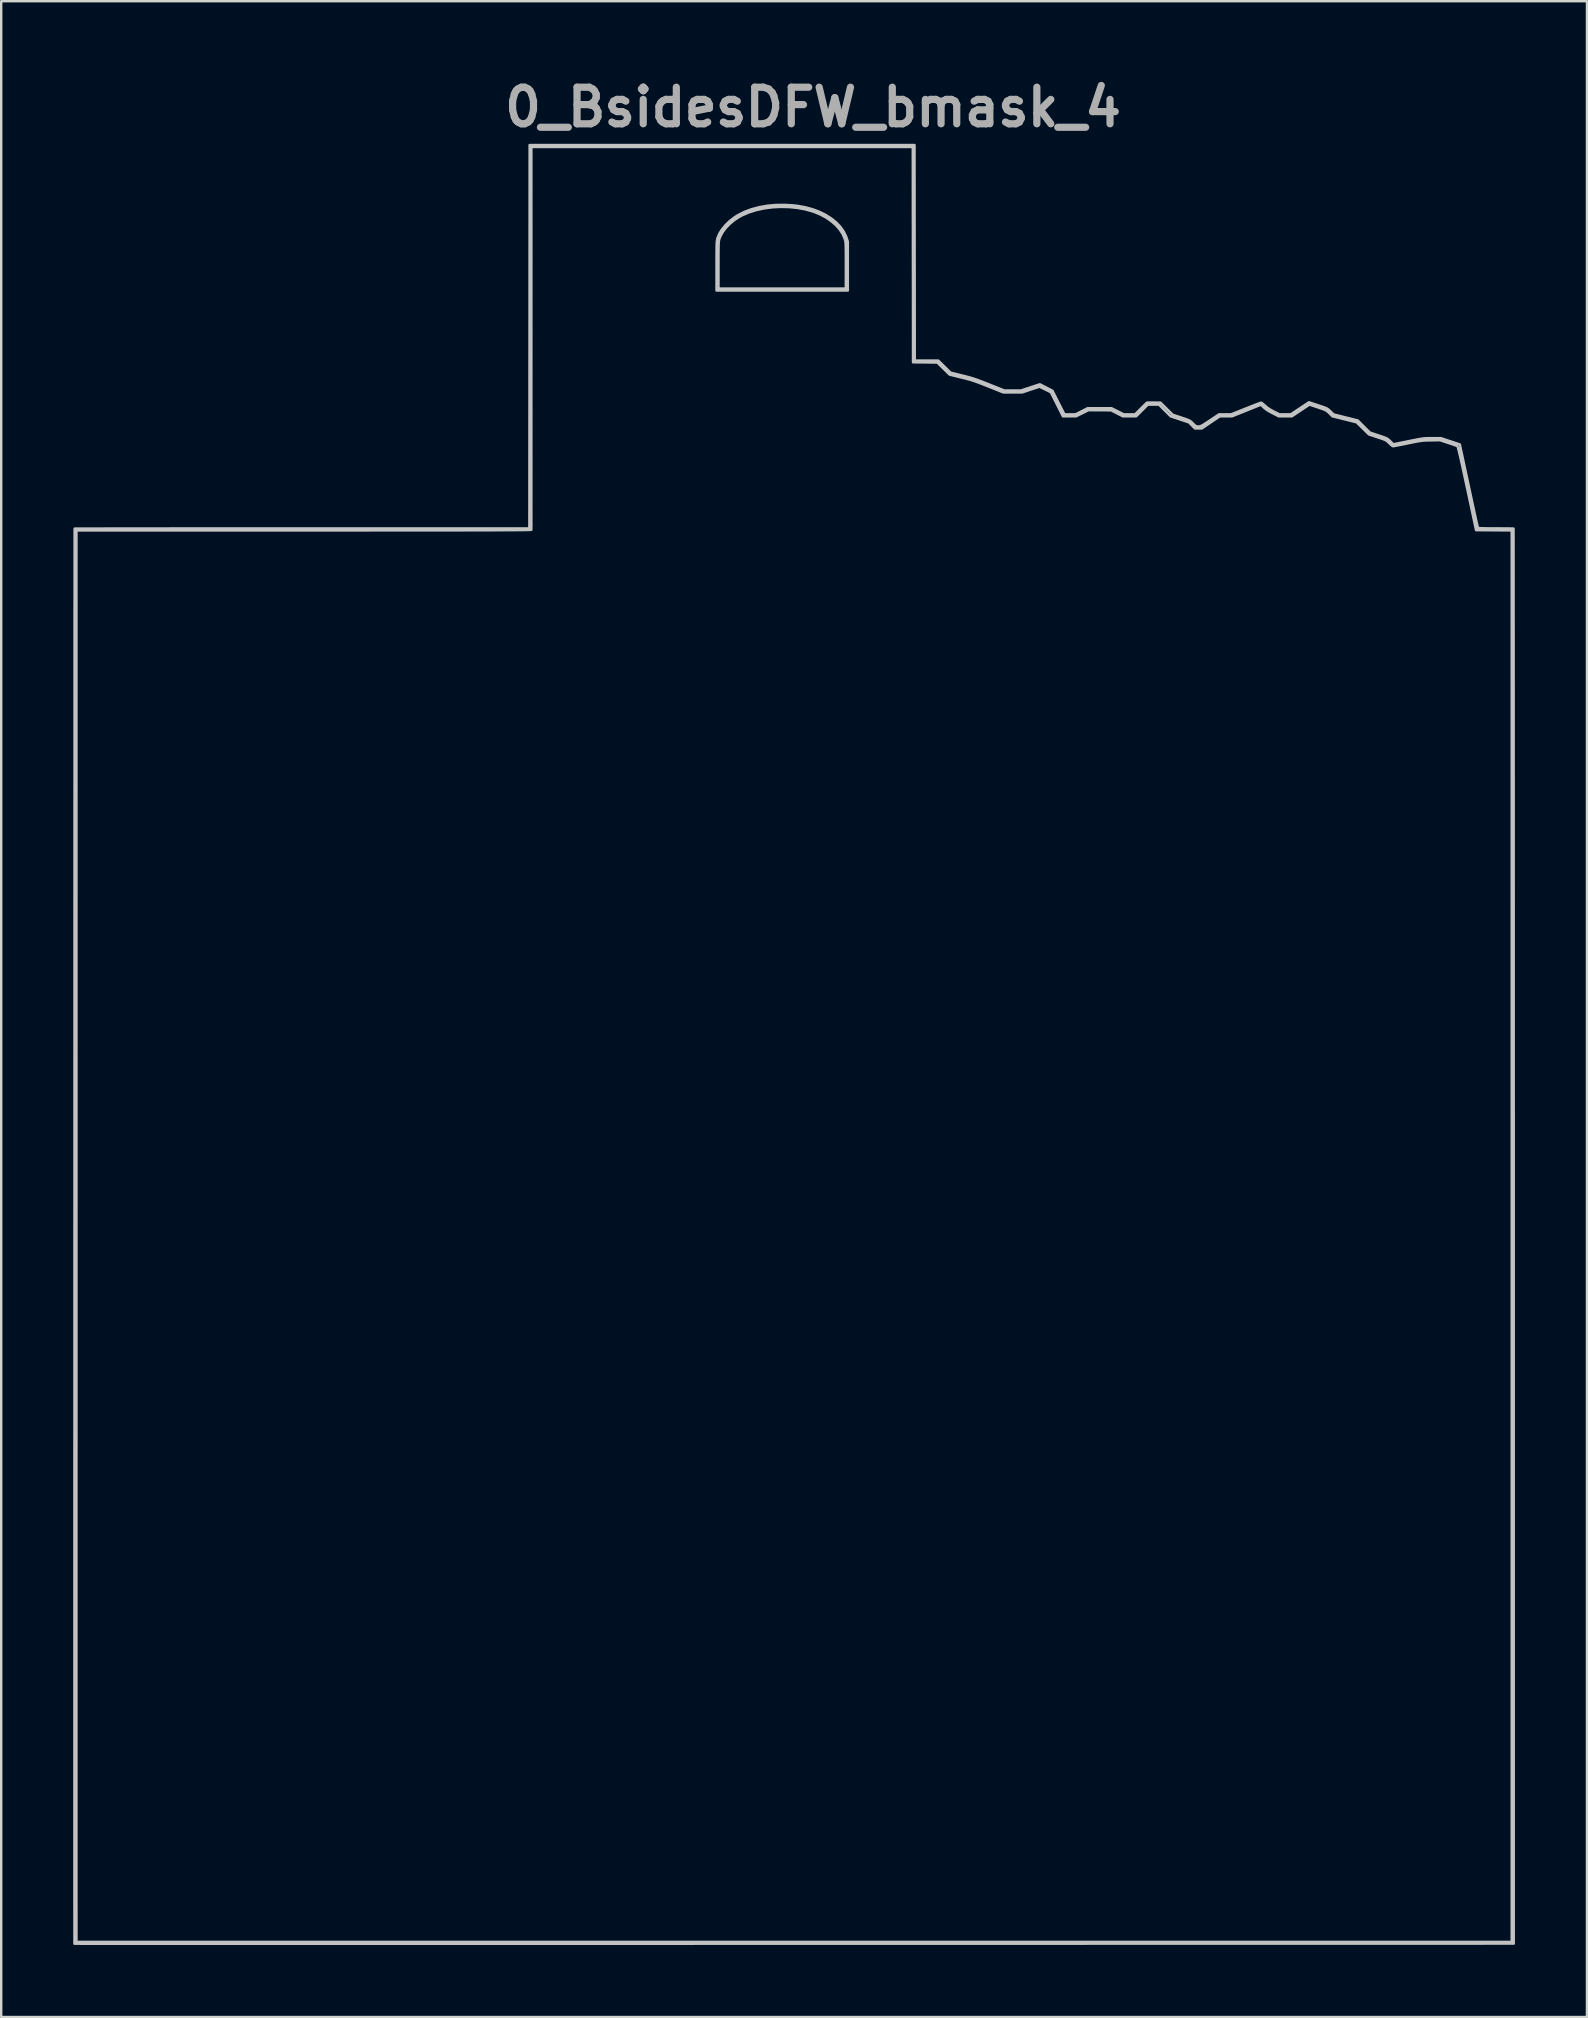
<source format=kicad_pcb>
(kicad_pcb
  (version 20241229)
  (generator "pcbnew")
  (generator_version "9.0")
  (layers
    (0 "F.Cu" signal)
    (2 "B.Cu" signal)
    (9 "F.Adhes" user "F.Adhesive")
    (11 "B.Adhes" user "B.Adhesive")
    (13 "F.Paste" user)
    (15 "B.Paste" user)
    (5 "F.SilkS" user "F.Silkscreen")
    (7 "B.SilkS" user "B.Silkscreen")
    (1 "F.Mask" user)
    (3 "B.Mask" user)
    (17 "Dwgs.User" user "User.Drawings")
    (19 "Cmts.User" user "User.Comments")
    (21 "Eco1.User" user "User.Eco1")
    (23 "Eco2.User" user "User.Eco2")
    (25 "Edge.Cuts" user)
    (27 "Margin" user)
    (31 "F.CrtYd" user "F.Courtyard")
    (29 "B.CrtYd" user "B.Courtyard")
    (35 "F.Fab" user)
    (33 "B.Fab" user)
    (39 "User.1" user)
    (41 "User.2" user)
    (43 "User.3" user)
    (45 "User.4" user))
  (footprint "0_BsidesDFW_bmask_4"
    (layer "F.Cu")
    (at 30.037 40.458)
    (property "Reference" "0_BsidesDFW_bmask_4" (at 0.79 -39.04 0) (layer "F.Fab") (effects (font (size 1.524 1.524) (thickness 0.3))))
    (attr board_only exclude_from_pos_files exclude_from_bom)
    (fp_poly (pts (xy 13.683 -22.88) (xy 13.783 -22.879) (xy 13.851 -22.876) (xy 13.882 -22.871) (xy 13.883 -22.87) (xy 13.88 -22.844) (xy 13.872 -22.783) (xy 13.858 -22.696) (xy 13.842 -22.589) (xy 13.83 -22.514) (xy 13.815 -22.416) (xy 13.794 -22.284) (xy 13.769 -22.123) (xy 13.74 -21.942) (xy 13.709 -21.747) (xy 13.677 -21.545) (xy 13.646 -21.343) (xy 13.642 -21.322) (xy 13.613 -21.137) (xy 13.587 -20.966) (xy 13.563 -20.812) (xy 13.543 -20.681) (xy 13.528 -20.576) (xy 13.518 -20.502) (xy 13.513 -20.464) (xy 13.513 -20.46) (xy 13.534 -20.461) (xy 13.592 -20.467) (xy 13.681 -20.478) (xy 13.795 -20.492) (xy 13.929 -20.51) (xy 14.076 -20.53) (xy 14.259 -20.555) (xy 14.404 -20.575) (xy 14.516 -20.59) (xy 14.6 -20.602) (xy 14.659 -20.611) (xy 14.698 -20.617) (xy 14.722 -20.622) (xy 14.735 -20.626) (xy 14.741 -20.63) (xy 14.742 -20.631) (xy 14.753 -20.651) (xy 14.78 -20.705) (xy 14.822 -20.791) (xy 14.877 -20.904) (xy 14.943 -21.041) (xy 15.019 -21.197) (xy 15.103 -21.371) (xy 15.193 -21.558) (xy 15.228 -21.63) (xy 15.32 -21.821) (xy 15.406 -21.999) (xy 15.485 -22.162) (xy 15.554 -22.306) (xy 15.613 -22.428) (xy 15.659 -22.524) (xy 15.691 -22.59) (xy 15.708 -22.623) (xy 15.709 -22.626) (xy 15.716 -22.617) (xy 15.734 -22.587) (xy 15.764 -22.535) (xy 15.808 -22.459) (xy 15.866 -22.357) (xy 15.939 -22.229) (xy 16.029 -22.071) (xy 16.135 -21.883) (xy 16.259 -21.663) (xy 16.402 -21.41) (xy 16.565 -21.122) (xy 16.582 -21.092) (xy 16.669 -20.938) (xy 16.74 -20.818) (xy 16.795 -20.73) (xy 16.837 -20.67) (xy 16.868 -20.634) (xy 16.888 -20.621) (xy 16.919 -20.615) (xy 16.987 -20.605) (xy 17.088 -20.591) (xy 17.217 -20.574) (xy 17.37 -20.554) (xy 17.542 -20.533) (xy 17.728 -20.509) (xy 17.841 -20.495) (xy 18.745 -20.384) (xy 19.037 -19.928) (xy 19.116 -19.804) (xy 19.189 -19.69) (xy 19.251 -19.592) (xy 19.3 -19.516) (xy 19.331 -19.466) (xy 19.343 -19.447) (xy 19.332 -19.426) (xy 19.293 -19.376) (xy 19.228 -19.3) (xy 19.139 -19.199) (xy 19.026 -19.076) (xy 18.892 -18.932) (xy 18.754 -18.785) (xy 18.588 -18.609) (xy 18.45 -18.462) (xy 18.341 -18.342) (xy 18.258 -18.248) (xy 18.201 -18.18) (xy 18.169 -18.135) (xy 18.161 -18.113) (xy 18.161 -18.113) (xy 18.168 -18.081) (xy 18.18 -18.015) (xy 18.195 -17.923) (xy 18.213 -17.813) (xy 18.225 -17.74) (xy 18.242 -17.634) (xy 18.264 -17.495) (xy 18.29 -17.33) (xy 18.319 -17.148) (xy 18.35 -16.958) (xy 18.381 -16.768) (xy 18.395 -16.683) (xy 18.435 -16.435) (xy 18.469 -16.225) (xy 18.497 -16.05) (xy 18.52 -15.907) (xy 18.538 -15.792) (xy 18.552 -15.703) (xy 18.561 -15.636) (xy 18.568 -15.588) (xy 18.571 -15.556) (xy 18.573 -15.536) (xy 18.572 -15.525) (xy 18.57 -15.52) (xy 18.569 -15.519) (xy 18.549 -15.526) (xy 18.494 -15.55) (xy 18.407 -15.59) (xy 18.293 -15.645) (xy 18.154 -15.711) (xy 17.994 -15.789) (xy 17.816 -15.876) (xy 17.623 -15.97) (xy 17.418 -16.071) (xy 17.407 -16.076) (xy 16.257 -16.645) (xy 16.132 -16.582) (xy 16.092 -16.562) (xy 16.019 -16.524) (xy 15.918 -16.472) (xy 15.791 -16.406) (xy 15.645 -16.33) (xy 15.483 -16.245) (xy 15.309 -16.154) (xy 15.127 -16.06) (xy 14.943 -15.964) (xy 14.76 -15.868) (xy 14.582 -15.775) (xy 14.414 -15.687) (xy 14.261 -15.607) (xy 14.126 -15.536) (xy 14.014 -15.477) (xy 13.936 -15.436) (xy 13.872 -15.403) (xy 13.778 -15.353) (xy 13.659 -15.291) (xy 13.524 -15.22) (xy 13.378 -15.144) (xy 13.23 -15.067) (xy 13.228 -15.066) (xy 13.084 -14.991) (xy 12.947 -14.919) (xy 12.822 -14.854) (xy 12.717 -14.799) (xy 12.637 -14.756) (xy 12.588 -14.73) (xy 12.585 -14.729) (xy 12.48 -14.673) (xy 12.019 -12.828) (xy 11.951 -12.556) (xy 11.886 -12.297) (xy 11.826 -12.052) (xy 11.769 -11.826) (xy 11.718 -11.619) (xy 11.673 -11.437) (xy 11.635 -11.28) (xy 11.604 -11.153) (xy 11.582 -11.058) (xy 11.568 -10.999) (xy 11.563 -10.977) (xy 11.563 -10.977) (xy 11.586 -10.976) (xy 11.647 -10.974) (xy 11.747 -10.973) (xy 11.881 -10.972) (xy 12.048 -10.971) (xy 12.246 -10.97) (xy 12.471 -10.969) (xy 12.722 -10.968) (xy 12.995 -10.968) (xy 13.29 -10.967) (xy 13.602 -10.966) (xy 13.931 -10.966) (xy 14.273 -10.965) (xy 14.626 -10.965) (xy 14.987 -10.965) (xy 15.355 -10.964) (xy 15.726 -10.964) (xy 16.099 -10.964) (xy 16.472 -10.964) (xy 16.84 -10.964) (xy 17.203 -10.964) (xy 17.558 -10.964) (xy 17.902 -10.964) (xy 18.233 -10.965) (xy 18.549 -10.965) (xy 18.847 -10.966) (xy 19.124 -10.966) (xy 19.38 -10.967) (xy 19.61 -10.968) (xy 19.813 -10.969) (xy 19.985 -10.97) (xy 20.126 -10.971) (xy 20.232 -10.972) (xy 20.302 -10.973) (xy 20.307 -10.973) (xy 20.49 -10.979) (xy 20.702 -10.985) (xy 20.93 -10.991) (xy 21.161 -10.998) (xy 21.382 -11.005) (xy 21.554 -11.01) (xy 21.744 -11.016) (xy 21.944 -11.022) (xy 22.144 -11.027) (xy 22.333 -11.033) (xy 22.501 -11.038) (xy 22.637 -11.041) (xy 22.642 -11.041) (xy 22.794 -11.046) (xy 22.951 -11.05) (xy 23.101 -11.055) (xy 23.232 -11.059) (xy 23.319 -11.062) (xy 23.411 -11.065) (xy 23.537 -11.069) (xy 23.686 -11.074) (xy 23.851 -11.078) (xy 24.02 -11.082) (xy 24.143 -11.086) (xy 24.298 -11.089) (xy 24.442 -11.093) (xy 24.57 -11.097) (xy 24.675 -11.1) (xy 24.75 -11.102) (xy 24.787 -11.104) (xy 24.812 -11.104) (xy 24.851 -11.099) (xy 24.908 -11.091) (xy 24.984 -11.078) (xy 25.084 -11.06) (xy 25.208 -11.036) (xy 25.36 -11.006) (xy 25.543 -10.969) (xy 25.758 -10.925) (xy 26.009 -10.874) (xy 26.298 -10.814) (xy 26.393 -10.795) (xy 26.805 -10.71) (xy 27.069 -10.559) (xy 27.257 -10.451) (xy 27.413 -10.362) (xy 27.541 -10.288) (xy 27.645 -10.226) (xy 27.731 -10.173) (xy 27.803 -10.126) (xy 27.865 -10.082) (xy 27.922 -10.038) (xy 27.978 -9.991) (xy 28.037 -9.938) (xy 28.105 -9.876) (xy 28.146 -9.838) (xy 28.443 -9.565) (xy 28.443 -9.141) (xy 28.444 -8.977) (xy 28.445 -8.795) (xy 28.448 -8.612) (xy 28.451 -8.444) (xy 28.453 -8.347) (xy 28.455 -8.26) (xy 28.457 -8.136) (xy 28.459 -7.979) (xy 28.461 -7.795) (xy 28.464 -7.587) (xy 28.466 -7.361) (xy 28.469 -7.121) (xy 28.472 -6.873) (xy 28.474 -6.621) (xy 28.474 -6.572) (xy 28.477 -6.32) (xy 28.479 -6.072) (xy 28.482 -5.833) (xy 28.484 -5.606) (xy 28.487 -5.397) (xy 28.489 -5.21) (xy 28.491 -5.051) (xy 28.493 -4.923) (xy 28.495 -4.832) (xy 28.496 -4.818) (xy 28.498 -4.716) (xy 28.5 -4.58) (xy 28.502 -4.415) (xy 28.503 -4.23) (xy 28.505 -4.032) (xy 28.506 -3.827) (xy 28.507 -3.624) (xy 28.507 -3.613) (xy 28.509 -2.758) (xy 28.27 -2.111) (xy 28.031 -1.464) (xy 27.401 -0.774) (xy 27.268 -0.63) (xy 27.144 -0.495) (xy 27.03 -0.372) (xy 26.93 -0.265) (xy 26.847 -0.178) (xy 26.784 -0.113) (xy 26.744 -0.074) (xy 26.732 -0.064) (xy 26.706 -0.053) (xy 26.643 -0.03) (xy 26.548 0.006) (xy 26.423 0.052) (xy 26.271 0.107) (xy 26.097 0.17) (xy 25.903 0.24) (xy 25.694 0.315) (xy 25.471 0.395) (xy 25.367 0.433) (xy 24.041 0.909) (xy 1.893 0.907) (xy 0.693 0.906) (xy -0.465 0.906) (xy -1.582 0.906) (xy -2.66 0.906) (xy -3.697 0.906) (xy -4.696 0.906) (xy -5.656 0.905) (xy -6.579 0.905) (xy -7.465 0.905) (xy -8.315 0.905) (xy -9.129 0.904) (xy -9.908 0.904) (xy -10.652 0.904) (xy -11.364 0.903) (xy -12.042 0.903) (xy -12.688 0.903) (xy -13.302 0.902) (xy -13.886 0.902) (xy -14.439 0.901) (xy -14.963 0.901) (xy -15.457 0.9) (xy -15.924 0.899) (xy -16.362 0.899) (xy -16.774 0.898) (xy -17.16 0.898) (xy -17.52 0.897) (xy -17.855 0.896) (xy -18.166 0.895) (xy -18.453 0.895) (xy -18.717 0.894) (xy -18.959 0.893) (xy -19.18 0.892) (xy -19.379 0.891) (xy -19.558 0.89) (xy -19.718 0.889) (xy -19.858 0.888) (xy -19.981 0.887) (xy -20.085 0.885) (xy -20.173 0.884) (xy -20.245 0.883) (xy -20.301 0.882) (xy -20.342 0.88) (xy -20.368 0.879) (xy -20.381 0.877) (xy -20.432 0.867) (xy -20.518 0.85) (xy -20.634 0.827) (xy -20.775 0.799) (xy -20.933 0.768) (xy -21.104 0.734) (xy -21.244 0.707) (xy -21.979 0.563) (xy -22.786 0.09) (xy -22.959 -0.012) (xy -23.124 -0.109) (xy -23.278 -0.199) (xy -23.415 -0.279) (xy -23.532 -0.348) (xy -23.624 -0.401) (xy -23.686 -0.438) (xy -23.708 -0.451) (xy -23.735 -0.471) (xy -23.778 -0.507) (xy -23.838 -0.562) (xy -23.914 -0.635) (xy -24.01 -0.729) (xy -24.126 -0.844) (xy -24.263 -0.982) (xy -24.422 -1.144) (xy -24.605 -1.332) (xy -24.813 -1.546) (xy -25.048 -1.788) (xy -25.31 -2.058) (xy -25.388 -2.139) (xy -26.953 -3.76) (xy -27.117 -4.104) (xy -27.179 -4.235) (xy -27.254 -4.392) (xy -27.334 -4.56) (xy -27.414 -4.726) (xy -27.484 -4.871) (xy -27.55 -5.008) (xy -27.616 -5.146) (xy -27.678 -5.276) (xy -27.731 -5.387) (xy -27.771 -5.471) (xy -27.777 -5.484) (xy -27.807 -5.546) (xy -27.852 -5.641) (xy -27.91 -5.763) (xy -27.978 -5.907) (xy -28.055 -6.066) (xy -28.136 -6.235) (xy -28.219 -6.41) (xy -28.226 -6.424) (xy -28.317 -6.616) (xy -28.392 -6.774) (xy -28.453 -6.904) (xy -28.5 -7.009) (xy -28.537 -7.095) (xy -28.564 -7.165) (xy -28.584 -7.224) (xy -28.599 -7.277) (xy -28.611 -7.328) (xy -28.619 -7.375) (xy -28.679 -7.72) (xy -28.732 -8.026) (xy -28.779 -8.295) (xy -28.819 -8.529) (xy -28.854 -8.732) (xy -28.884 -8.905) (xy -28.909 -9.05) (xy -28.929 -9.171) (xy -28.945 -9.27) (xy -28.958 -9.348) (xy -28.968 -9.409) (xy -28.975 -9.455) (xy -28.979 -9.488) (xy -28.981 -9.51) (xy -28.982 -9.524) (xy -28.982 -9.533) (xy -28.98 -9.539) (xy -28.98 -9.54) (xy -28.974 -9.565) (xy -28.962 -9.627) (xy -28.944 -9.721) (xy -28.921 -9.842) (xy -28.895 -9.985) (xy -28.865 -10.146) (xy -28.834 -10.312) (xy -28.771 -10.653) (xy -28.716 -10.955) (xy -28.667 -11.221) (xy -28.623 -11.455) (xy -28.586 -11.66) (xy -28.553 -11.838) (xy -28.524 -11.993) (xy -28.5 -12.127) (xy -28.478 -12.244) (xy -28.459 -12.346) (xy -28.442 -12.437) (xy -28.427 -12.52) (xy -28.412 -12.597) (xy -28.398 -12.673) (xy -28.389 -12.721) (xy -28.37 -12.826) (xy -28.343 -12.971) (xy -28.309 -13.153) (xy -28.269 -13.372) (xy -28.222 -13.624) (xy -28.169 -13.909) (xy -28.111 -14.224) (xy -28.048 -14.568) (xy -27.98 -14.938) (xy -27.907 -15.332) (xy -27.83 -15.75) (xy -27.749 -16.188) (xy -27.693 -16.493) (xy -27.66 -16.672) (xy -27.621 -16.885) (xy -27.577 -17.123) (xy -27.53 -17.378) (xy -27.481 -17.642) (xy -27.433 -17.907) (xy -27.385 -18.164) (xy -27.347 -18.374) (xy -27.141 -19.494) (xy -21.607 -19.494) (xy -20.941 -19.355) (xy -20.276 -19.217) (xy -19.783 -18.962) (xy -19.29 -18.707) (xy -18.955 -18.387) (xy -18.62 -18.067) (xy -16.858 -18.067) (xy -16.676 -18.211) (xy -16.508 -18.343) (xy -16.365 -18.452) (xy -16.238 -18.546) (xy -16.12 -18.629) (xy -16 -18.706) (xy -15.873 -18.784) (xy -15.728 -18.868) (xy -15.559 -18.962) (xy -15.464 -19.015) (xy -14.879 -19.336) (xy -13.953 -19.651) (xy -13.028 -19.966) (xy -12.341 -20.054) (xy -12.111 -20.083) (xy -11.917 -20.109) (xy -11.754 -20.129) (xy -11.615 -20.146) (xy -11.494 -20.158) (xy -11.386 -20.166) (xy -11.285 -20.17) (xy -11.185 -20.171) (xy -11.079 -20.168) (xy -10.963 -20.161) (xy -10.83 -20.151) (xy -10.674 -20.138) (xy -10.489 -20.122) (xy -10.27 -20.103) (xy -10.249 -20.101) (xy -9.245 -20.014) (xy -8.478 -19.78) (xy -7.712 -19.547) (xy -4.689 -19.547) (xy -4.7 -20.144) (xy -4.703 -20.295) (xy -4.706 -20.481) (xy -4.71 -20.692) (xy -4.713 -20.922) (xy -4.717 -21.162) (xy -4.72 -21.404) (xy -4.723 -21.64) (xy -4.725 -21.75) (xy -4.737 -22.759) (xy -4.191 -22.759) (xy -4.118 -22.759) (xy -4.005 -22.759) (xy -3.854 -22.76) (xy -3.667 -22.761) (xy -3.448 -22.762) (xy -3.197 -22.764) (xy -2.918 -22.765) (xy -2.612 -22.767) (xy -2.282 -22.769) (xy -1.931 -22.771) (xy -1.56 -22.774) (xy -1.171 -22.776) (xy -0.768 -22.779) (xy -0.351 -22.781) (xy 0.076 -22.784) (xy 0.511 -22.787) (xy 0.952 -22.79) (xy 1.397 -22.793) (xy 1.843 -22.796) (xy 2.288 -22.799) (xy 2.731 -22.802) (xy 3.168 -22.805) (xy 3.597 -22.808) (xy 4.017 -22.811) (xy 4.424 -22.814) (xy 4.817 -22.816) (xy 5.193 -22.819) (xy 5.551 -22.822) (xy 5.887 -22.824) (xy 6.199 -22.827) (xy 6.486 -22.829) (xy 6.745 -22.831) (xy 6.815 -22.831) (xy 7.053 -22.833) (xy 7.328 -22.835) (xy 7.633 -22.837) (xy 7.963 -22.839) (xy 8.312 -22.842) (xy 8.673 -22.844) (xy 9.041 -22.846) (xy 9.41 -22.848) (xy 9.774 -22.85) (xy 10.127 -22.852) (xy 10.418 -22.854) (xy 10.733 -22.855) (xy 11.048 -22.857) (xy 11.359 -22.859) (xy 11.661 -22.861) (xy 11.95 -22.863) (xy 12.223 -22.866) (xy 12.475 -22.868) (xy 12.703 -22.87) (xy 12.901 -22.872) (xy 13.067 -22.874) (xy 13.196 -22.876) (xy 13.234 -22.877) (xy 13.404 -22.879) (xy 13.555 -22.88)) (stroke (width 0) (type solid)) (fill yes) (layer "B.Mask"))
    (fp_poly (pts (xy -0.003 -34.949) (xy 0.158 -34.929) (xy 0.476 -34.871) (xy 0.778 -34.788) (xy 1.059 -34.682) (xy 1.318 -34.554) (xy 1.551 -34.406) (xy 1.755 -34.241) (xy 1.927 -34.06) (xy 2.065 -33.866) (xy 2.166 -33.66) (xy 2.184 -33.609) (xy 2.24 -33.44) (xy 2.24 -31.401) (xy -3.233 -31.401) (xy -3.233 -31.486) (xy -3.149 -31.486) (xy 2.155 -31.486) (xy 2.155 -32.447) (xy 2.155 -32.673) (xy 2.155 -32.862) (xy 2.154 -33.017) (xy 2.153 -33.142) (xy 2.151 -33.242) (xy 2.148 -33.32) (xy 2.144 -33.382) (xy 2.139 -33.431) (xy 2.132 -33.471) (xy 2.123 -33.507) (xy 2.112 -33.543) (xy 2.106 -33.562) (xy 2.023 -33.757) (xy 1.901 -33.946) (xy 1.744 -34.124) (xy 1.555 -34.289) (xy 1.339 -34.439) (xy 1.097 -34.569) (xy 0.835 -34.677) (xy 0.797 -34.69) (xy 0.476 -34.781) (xy 0.139 -34.844) (xy -0.208 -34.879) (xy -0.558 -34.887) (xy -0.907 -34.869) (xy -1.248 -34.824) (xy -1.575 -34.753) (xy -1.882 -34.657) (xy -2.164 -34.536) (xy -2.301 -34.462) (xy -2.503 -34.327) (xy -2.687 -34.173) (xy -2.846 -34.006) (xy -2.977 -33.832) (xy -3.073 -33.655) (xy -3.104 -33.574) (xy -3.115 -33.542) (xy -3.123 -33.509) (xy -3.13 -33.472) (xy -3.136 -33.427) (xy -3.14 -33.369) (xy -3.143 -33.294) (xy -3.146 -33.199) (xy -3.147 -33.078) (xy -3.148 -32.929) (xy -3.148 -32.747) (xy -3.149 -32.527) (xy -3.149 -32.464) (xy -3.149 -31.486) (xy -3.233 -31.486) (xy -3.233 -32.431) (xy -3.233 -32.667) (xy -3.232 -32.864) (xy -3.232 -33.027) (xy -3.231 -33.16) (xy -3.229 -33.267) (xy -3.226 -33.351) (xy -3.222 -33.417) (xy -3.217 -33.469) (xy -3.211 -33.511) (xy -3.204 -33.546) (xy -3.194 -33.58) (xy -3.185 -33.61) (xy -3.11 -33.783) (xy -2.999 -33.959) (xy -2.855 -34.131) (xy -2.686 -34.295) (xy -2.494 -34.445) (xy -2.35 -34.538) (xy -2.081 -34.676) (xy -1.781 -34.789) (xy -1.457 -34.876) (xy -1.112 -34.937) (xy -0.752 -34.969) (xy -0.381 -34.973)) (stroke (width 0.1) (type solid)) (fill no) (layer "Dwgs.User"))
    (fp_poly (pts (xy 5.024 -32.976) (xy 5.029 -28.485) (xy 6.011 -28.485) (xy 6.265 -28.234) (xy 6.519 -27.983) (xy 7.005 -27.864) (xy 7.151 -27.827) (xy 7.278 -27.793) (xy 7.395 -27.76) (xy 7.508 -27.724) (xy 7.628 -27.683) (xy 7.76 -27.634) (xy 7.915 -27.575) (xy 8.099 -27.502) (xy 8.126 -27.491) (xy 8.762 -27.238) (xy 9.455 -27.238) (xy 10.239 -27.498) (xy 10.503 -27.363) (xy 10.766 -27.228) (xy 11.015 -26.737) (xy 11.264 -26.245) (xy 11.731 -26.245) (xy 11.98 -26.372) (xy 12.229 -26.499) (xy 13.229 -26.499) (xy 13.482 -26.372) (xy 13.735 -26.245) (xy 14.21 -26.245) (xy 14.456 -26.491) (xy 14.703 -26.736) (xy 14.984 -26.735) (xy 15.265 -26.733) (xy 15.52 -26.481) (xy 15.775 -26.229) (xy 16.135 -26.11) (xy 16.263 -26.067) (xy 16.359 -26.034) (xy 16.429 -26.007) (xy 16.482 -25.981) (xy 16.523 -25.954) (xy 16.562 -25.922) (xy 16.605 -25.88) (xy 16.62 -25.865) (xy 16.683 -25.802) (xy 16.729 -25.765) (xy 16.767 -25.746) (xy 16.81 -25.739) (xy 16.845 -25.738) (xy 16.881 -25.74) (xy 16.915 -25.746) (xy 16.955 -25.761) (xy 17.006 -25.786) (xy 17.072 -25.826) (xy 17.161 -25.882) (xy 17.276 -25.958) (xy 17.327 -25.992) (xy 17.709 -26.245) (xy 18.212 -26.245) (xy 18.821 -26.488) (xy 18.973 -26.548) (xy 19.113 -26.603) (xy 19.236 -26.651) (xy 19.337 -26.689) (xy 19.411 -26.716) (xy 19.453 -26.73) (xy 19.46 -26.731) (xy 19.488 -26.717) (xy 19.537 -26.68) (xy 19.598 -26.627) (xy 19.62 -26.607) (xy 19.712 -26.528) (xy 19.82 -26.454) (xy 19.956 -26.379) (xy 19.986 -26.364) (xy 20.222 -26.245) (xy 20.46 -26.245) (xy 20.698 -26.245) (xy 21.452 -26.748) (xy 21.836 -26.621) (xy 21.969 -26.577) (xy 22.069 -26.542) (xy 22.144 -26.514) (xy 22.199 -26.488) (xy 22.243 -26.462) (xy 22.282 -26.431) (xy 22.323 -26.393) (xy 22.349 -26.368) (xy 22.478 -26.242) (xy 22.983 -26.116) (xy 23.488 -25.99) (xy 23.741 -25.737) (xy 23.995 -25.485) (xy 24.354 -25.366) (xy 24.483 -25.323) (xy 24.579 -25.29) (xy 24.65 -25.262) (xy 24.703 -25.236) (xy 24.746 -25.208) (xy 24.786 -25.175) (xy 24.831 -25.132) (xy 24.841 -25.122) (xy 24.969 -24.998) (xy 25.596 -25.125) (xy 25.774 -25.161) (xy 25.917 -25.189) (xy 26.033 -25.211) (xy 26.129 -25.227) (xy 26.21 -25.239) (xy 26.285 -25.246) (xy 26.36 -25.25) (xy 26.442 -25.252) (xy 26.538 -25.252) (xy 26.588 -25.252) (xy 26.953 -25.252) (xy 27.344 -25.122) (xy 27.465 -25.082) (xy 27.571 -25.047) (xy 27.656 -25.019) (xy 27.714 -24.999) (xy 27.738 -24.99) (xy 27.739 -24.99) (xy 27.744 -24.969) (xy 27.757 -24.911) (xy 27.777 -24.816) (xy 27.805 -24.69) (xy 27.839 -24.535) (xy 27.878 -24.353) (xy 27.922 -24.148) (xy 27.97 -23.923) (xy 28.022 -23.681) (xy 28.077 -23.425) (xy 28.112 -23.261) (xy 28.169 -22.997) (xy 28.223 -22.745) (xy 28.274 -22.508) (xy 28.322 -22.289) (xy 28.365 -22.09) (xy 28.403 -21.916) (xy 28.436 -21.77) (xy 28.462 -21.653) (xy 28.481 -21.57) (xy 28.492 -21.523) (xy 28.495 -21.513) (xy 28.519 -21.507) (xy 28.584 -21.502) (xy 28.686 -21.498) (xy 28.823 -21.496) (xy 28.992 -21.494) (xy 29.192 -21.493) (xy 29.238 -21.493) (xy 29.41 -21.493) (xy 29.567 -21.492) (xy 29.706 -21.491) (xy 29.821 -21.49) (xy 29.908 -21.488) (xy 29.962 -21.487) (xy 29.977 -21.485) (xy 29.978 -21.464) (xy 29.978 -21.401) (xy 29.978 -21.297) (xy 29.978 -21.154) (xy 29.979 -20.971) (xy 29.979 -20.75) (xy 29.979 -20.491) (xy 29.98 -20.195) (xy 29.98 -19.862) (xy 29.98 -19.495) (xy 29.981 -19.093) (xy 29.981 -18.656) (xy 29.981 -18.187) (xy 29.981 -17.685) (xy 29.982 -17.152) (xy 29.982 -16.587) (xy 29.982 -15.993) (xy 29.982 -15.369) (xy 29.983 -14.717) (xy 29.983 -14.036) (xy 29.983 -13.329) (xy 29.983 -12.595) (xy 29.983 -11.836) (xy 29.984 -11.051) (xy 29.984 -10.243) (xy 29.984 -9.411) (xy 29.984 -8.557) (xy 29.984 -7.681) (xy 29.984 -6.784) (xy 29.985 -5.867) (xy 29.985 -4.93) (xy 29.985 -3.975) (xy 29.985 -3.001) (xy 29.985 -2.01) (xy 29.985 -1.003) (xy 29.985 0.021) (xy 29.985 1.059) (xy 29.985 2.111) (xy 29.986 3.177) (xy 29.986 4.255) (xy 29.986 5.346) (xy 29.986 6.447) (xy 29.986 7.56) (xy 29.986 8) (xy 29.986 37.477) (xy 0.000038 37.482) (xy -1.126 37.482) (xy -2.241 37.482) (xy -3.346 37.482) (xy -4.438 37.483) (xy -5.519 37.483) (xy -6.586 37.483) (xy -7.64 37.483) (xy -8.679 37.483) (xy -9.702 37.483) (xy -10.709 37.483) (xy -11.7 37.484) (xy -12.672 37.484) (xy -13.627 37.484) (xy -14.562 37.484) (xy -15.477 37.484) (xy -16.372 37.484) (xy -17.245 37.484) (xy -18.096 37.484) (xy -18.924 37.484) (xy -19.729 37.484) (xy -20.509 37.484) (xy -21.263 37.484) (xy -21.992 37.484) (xy -22.695 37.484) (xy -23.37 37.484) (xy -24.016 37.484) (xy -24.634 37.484) (xy -25.222 37.484) (xy -25.78 37.484) (xy -26.306 37.484) (xy -26.801 37.484) (xy -27.263 37.484) (xy -27.692 37.484) (xy -28.086 37.483) (xy -28.445 37.483) (xy -28.769 37.483) (xy -29.056 37.483) (xy -29.306 37.483) (xy -29.519 37.483) (xy -29.692 37.483) (xy -29.826 37.482) (xy -29.92 37.482) (xy -29.973 37.482) (xy -29.986 37.482) (xy -29.986 37.418) (xy -29.986 37.403) (xy -29.901 37.403) (xy 29.901 37.403) (xy 29.901 -21.406) (xy 29.158 -21.411) (xy 28.415 -21.417) (xy 28.042 -23.159) (xy 27.964 -23.519) (xy 27.895 -23.838) (xy 27.834 -24.116) (xy 27.781 -24.353) (xy 27.736 -24.548) (xy 27.7 -24.702) (xy 27.672 -24.815) (xy 27.652 -24.887) (xy 27.64 -24.918) (xy 27.638 -24.919) (xy 27.609 -24.931) (xy 27.547 -24.954) (xy 27.459 -24.985) (xy 27.352 -25.021) (xy 27.26 -25.051) (xy 26.911 -25.166) (xy 26.531 -25.159) (xy 26.416 -25.157) (xy 26.321 -25.154) (xy 26.236 -25.149) (xy 26.155 -25.141) (xy 26.068 -25.13) (xy 25.97 -25.113) (xy 25.851 -25.09) (xy 25.705 -25.061) (xy 25.571 -25.033) (xy 25.418 -25.002) (xy 25.279 -24.974) (xy 25.157 -24.95) (xy 25.06 -24.931) (xy 24.991 -24.919) (xy 24.958 -24.914) (xy 24.957 -24.914) (xy 24.927 -24.928) (xy 24.878 -24.966) (xy 24.818 -25.021) (xy 24.798 -25.04) (xy 24.753 -25.086) (xy 24.714 -25.121) (xy 24.674 -25.149) (xy 24.626 -25.175) (xy 24.562 -25.201) (xy 24.475 -25.232) (xy 24.358 -25.271) (xy 24.313 -25.286) (xy 23.952 -25.405) (xy 23.442 -25.909) (xy 22.937 -26.036) (xy 22.431 -26.162) (xy 22.304 -26.288) (xy 22.257 -26.334) (xy 22.216 -26.369) (xy 22.174 -26.398) (xy 22.124 -26.424) (xy 22.057 -26.452) (xy 21.967 -26.484) (xy 21.845 -26.525) (xy 21.825 -26.532) (xy 21.473 -26.649) (xy 20.741 -26.161) (xy 20.195 -26.161) (xy 19.94 -26.29) (xy 19.789 -26.371) (xy 19.673 -26.445) (xy 19.582 -26.518) (xy 19.568 -26.531) (xy 19.451 -26.644) (xy 18.248 -26.161) (xy 17.739 -26.161) (xy 17.362 -25.907) (xy 16.985 -25.654) (xy 16.703 -25.654) (xy 16.453 -25.907) (xy 15.689 -26.161) (xy 15.205 -26.647) (xy 14.738 -26.647) (xy 14.496 -26.404) (xy 14.254 -26.161) (xy 13.698 -26.161) (xy 13.455 -26.286) (xy 13.211 -26.411) (xy 12.265 -26.416) (xy 12.006 -26.288) (xy 11.747 -26.161) (xy 11.2 -26.161) (xy 10.949 -26.663) (xy 10.697 -27.164) (xy 10.462 -27.28) (xy 10.227 -27.396) (xy 9.497 -27.154) (xy 8.722 -27.154) (xy 8.096 -27.404) (xy 7.911 -27.478) (xy 7.756 -27.538) (xy 7.624 -27.588) (xy 7.506 -27.629) (xy 7.395 -27.665) (xy 7.281 -27.698) (xy 7.157 -27.731) (xy 7.015 -27.767) (xy 6.973 -27.777) (xy 6.477 -27.899) (xy 6.223 -28.149) (xy 5.97 -28.4) (xy 5.462 -28.406) (xy 4.955 -28.411) (xy 4.95 -32.896) (xy 4.945 -37.382) (xy -10.946 -37.382) (xy -10.946 -29.42) (xy -10.946 -28.842) (xy -10.946 -28.275) (xy -10.946 -27.72) (xy -10.946 -27.179) (xy -10.946 -26.653) (xy -10.946 -26.144) (xy -10.946 -25.652) (xy -10.946 -25.18) (xy -10.946 -24.729) (xy -10.946 -24.3) (xy -10.946 -23.896) (xy -10.946 -23.516) (xy -10.946 -23.164) (xy -10.946 -22.84) (xy -10.946 -22.545) (xy -10.946 -22.051) (xy -10.946 -21.855) (xy -10.946 -21.694) (xy -10.946 -21.57) (xy -10.946 -21.485) (xy -10.946 -21.44) (xy -10.946 -21.433) (xy -10.953 -21.43) (xy -10.976 -21.428) (xy -11.015 -21.426) (xy -11.071 -21.425) (xy -11.145 -21.423) (xy -11.238 -21.421) (xy -11.352 -21.42) (xy -11.487 -21.418) (xy -11.644 -21.417) (xy -11.824 -21.416) (xy -12.028 -21.415) (xy -12.258 -21.413) (xy -12.513 -21.412) (xy -12.796 -21.412) (xy -13.106 -21.411) (xy -13.446 -21.41) (xy -13.816 -21.409) (xy -14.217 -21.409) (xy -14.65 -21.408) (xy -15.116 -21.408) (xy -15.616 -21.407) (xy -16.151 -21.407) (xy -16.722 -21.407) (xy -17.33 -21.407) (xy -17.976 -21.406) (xy -18.661 -21.406) (xy -19.386 -21.406) (xy -20.152 -21.406) (xy -20.424 -21.406) (xy -29.901 -21.406) (xy -29.901 37.403) (xy -29.986 37.403) (xy -29.986 37.313) (xy -29.986 37.169) (xy -29.986 36.987) (xy -29.986 36.767) (xy -29.986 36.51) (xy -29.986 36.217) (xy -29.987 35.89) (xy -29.987 35.528) (xy -29.987 35.134) (xy -29.987 34.708) (xy -29.987 34.25) (xy -29.987 33.762) (xy -29.987 33.245) (xy -29.987 32.7) (xy -29.987 32.127) (xy -29.987 31.528) (xy -29.987 30.903) (xy -29.987 30.253) (xy -29.987 29.58) (xy -29.987 28.884) (xy -29.987 28.166) (xy -29.987 27.426) (xy -29.987 26.667) (xy -29.987 25.889) (xy -29.987 25.093) (xy -29.987 24.279) (xy -29.987 23.449) (xy -29.987 22.603) (xy -29.987 21.743) (xy -29.987 20.87) (xy -29.987 19.983) (xy -29.987 19.085) (xy -29.987 18.176) (xy -29.987 17.258) (xy -29.986 16.33) (xy -29.986 15.394) (xy -29.986 14.451) (xy -29.986 13.502) (xy -29.986 12.548) (xy -29.986 11.589) (xy -29.986 10.627) (xy -29.986 9.662) (xy -29.986 8.696) (xy -29.986 7.729) (xy -29.985 6.762) (xy -29.985 5.797) (xy -29.985 4.834) (xy -29.985 3.873) (xy -29.985 2.917) (xy -29.985 1.966) (xy -29.985 1.02) (xy -29.984 0.081) (xy -29.984 -0.85) (xy -29.984 -1.772) (xy -29.984 -2.686) (xy -29.984 -3.588) (xy -29.984 -4.48) (xy -29.984 -5.359) (xy -29.983 -6.225) (xy -29.983 -7.076) (xy -29.983 -7.913) (xy -29.983 -8.734) (xy -29.983 -9.537) (xy -29.983 -10.323) (xy -29.982 -11.091) (xy -29.982 -11.838) (xy -29.982 -12.565) (xy -29.982 -13.271) (xy -29.982 -13.954) (xy -29.982 -14.613) (xy -29.981 -15.249) (xy -29.981 -15.859) (xy -29.981 -16.443) (xy -29.981 -17) (xy -29.981 -17.529) (xy -29.981 -18.029) (xy -29.98 -18.499) (xy -29.98 -18.939) (xy -29.98 -19.347) (xy -29.98 -19.722) (xy -29.98 -20.064) (xy -29.979 -20.371) (xy -29.979 -20.643) (xy -29.979 -20.878) (xy -29.979 -21.077) (xy -29.979 -21.237) (xy -29.979 -21.358) (xy -29.978 -21.439) (xy -29.978 -21.479) (xy -29.978 -21.484) (xy -29.957 -21.484) (xy -29.894 -21.485) (xy -29.793 -21.485) (xy -29.652 -21.486) (xy -29.475 -21.486) (xy -29.263 -21.487) (xy -29.016 -21.487) (xy -28.736 -21.487) (xy -28.425 -21.488) (xy -28.083 -21.488) (xy -27.713 -21.489) (xy -27.315 -21.489) (xy -26.89 -21.489) (xy -26.441 -21.489) (xy -25.969 -21.49) (xy -25.474 -21.49) (xy -24.958 -21.49) (xy -24.423 -21.49) (xy -23.87 -21.491) (xy -23.299 -21.491) (xy -22.714 -21.491) (xy -22.114 -21.491) (xy -21.501 -21.491) (xy -20.877 -21.491) (xy -20.501 -21.491) (xy -11.031 -21.49) (xy -11.025 -29.478) (xy -11.02 -37.466) (xy -3.001 -37.466) (xy 5.019 -37.466)) (stroke (width 0.1) (type solid)) (fill no) (layer "Dwgs.User")))
  (gr_rect
    (start -3 -3)
    (end 63.073 80.992)
    (stroke (width 0.1) (type default))
    (fill no)
    (layer "Edge.Cuts")))
</source>
